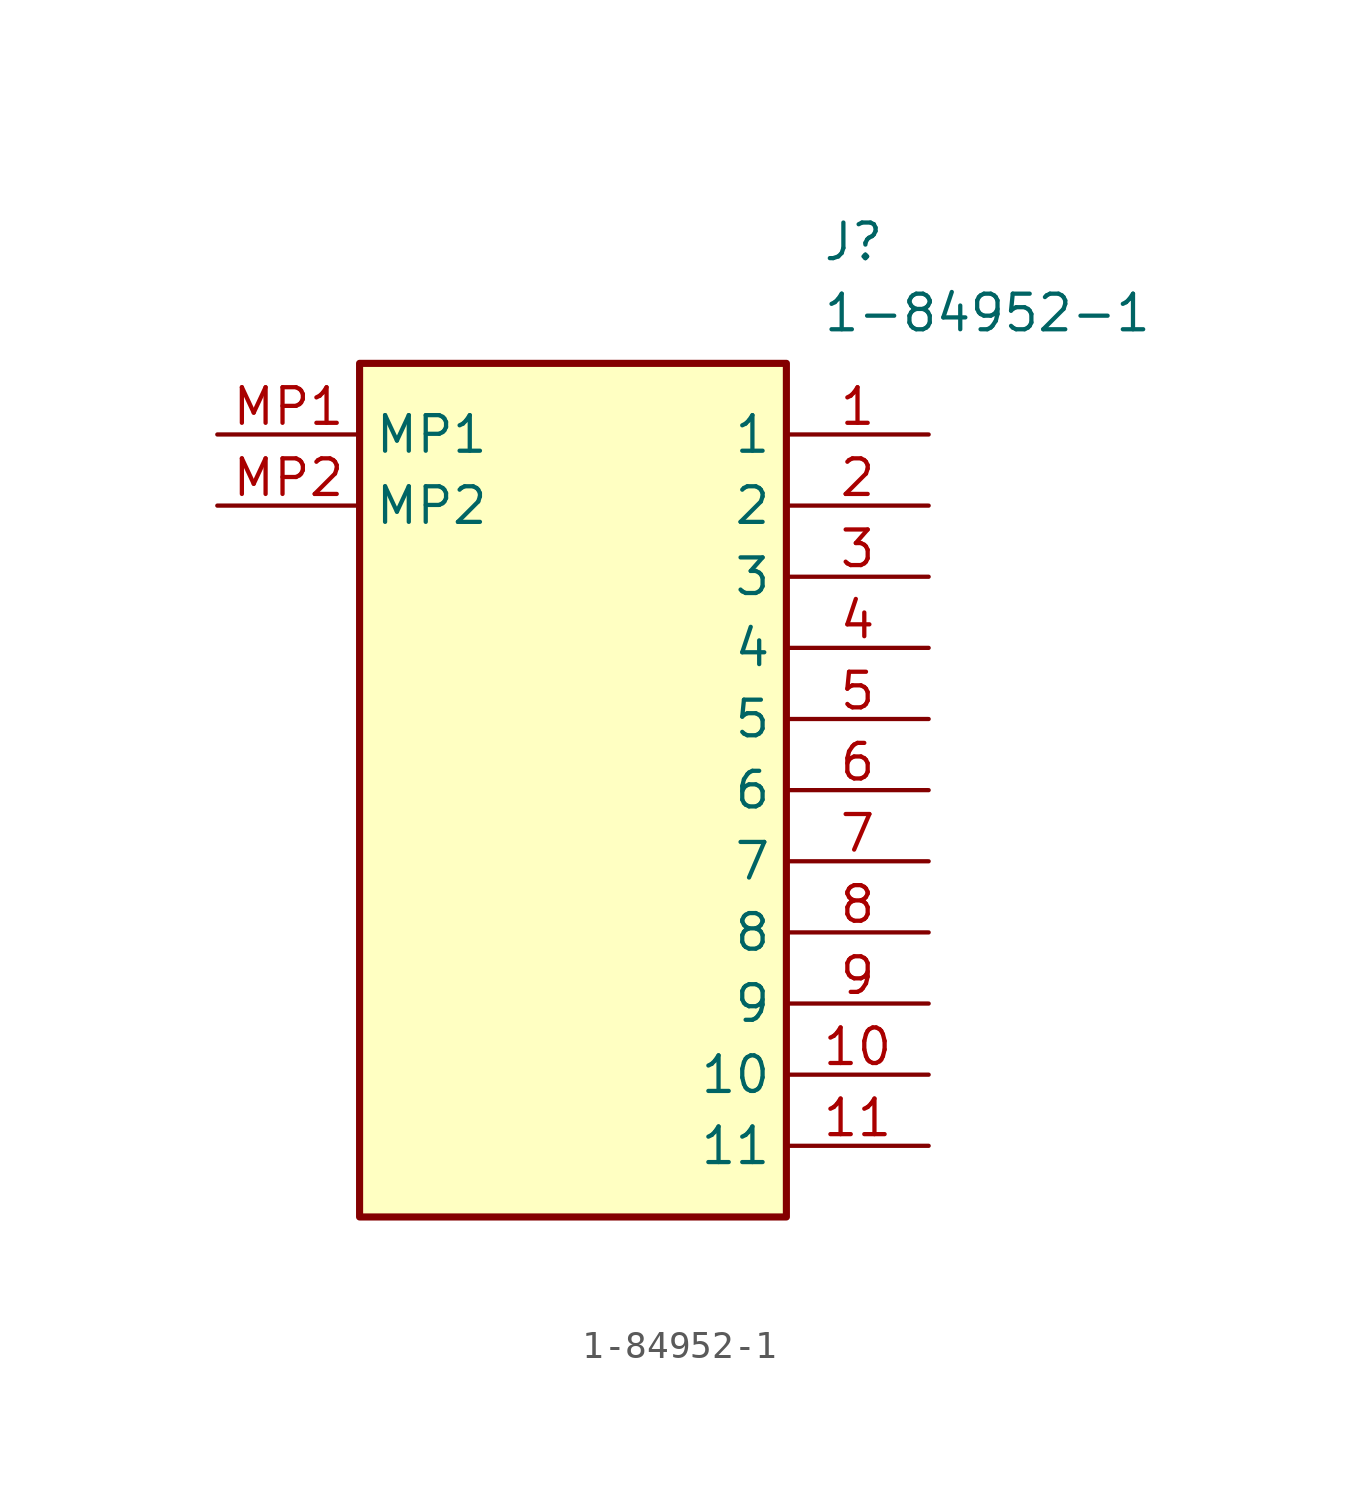
<source format=kicad_sym>
(kicad_symbol_lib
  (version 20211014)
  (generator SamacSys_ECAD_Model)
  (symbol "1-84952-1"
    (property "Reference" "J"
      (at 21.59 7.62 0)
      (effects (font (size 1.27 1.27)) (justify left top)))
    (property "Value" "1-84952-1"
      (at 21.59 5.08 0)
      (effects (font (size 1.27 1.27)) (justify left top)))
    (rectangle
      (start 5.08 2.54)
      (end 20.32 -27.94)
      (stroke (width 0.254) (type default))
      (fill (type background)))
    (pin passive line
      (at 25.4 0 180)
      (length 5.08)
      (name "1" (effects (font (size 1.27 1.27))))
      (number "1" (effects (font (size 1.27 1.27)))))
    (pin passive line
      (at 25.4 -2.54 180)
      (length 5.08)
      (name "2" (effects (font (size 1.27 1.27))))
      (number "2" (effects (font (size 1.27 1.27)))))
    (pin passive line
      (at 25.4 -5.08 180)
      (length 5.08)
      (name "3" (effects (font (size 1.27 1.27))))
      (number "3" (effects (font (size 1.27 1.27)))))
    (pin passive line
      (at 25.4 -7.62 180)
      (length 5.08)
      (name "4" (effects (font (size 1.27 1.27))))
      (number "4" (effects (font (size 1.27 1.27)))))
    (pin passive line
      (at 25.4 -10.16 180)
      (length 5.08)
      (name "5" (effects (font (size 1.27 1.27))))
      (number "5" (effects (font (size 1.27 1.27)))))
    (pin passive line
      (at 25.4 -12.7 180)
      (length 5.08)
      (name "6" (effects (font (size 1.27 1.27))))
      (number "6" (effects (font (size 1.27 1.27)))))
    (pin passive line
      (at 25.4 -15.24 180)
      (length 5.08)
      (name "7" (effects (font (size 1.27 1.27))))
      (number "7" (effects (font (size 1.27 1.27)))))
    (pin passive line
      (at 25.4 -17.78 180)
      (length 5.08)
      (name "8" (effects (font (size 1.27 1.27))))
      (number "8" (effects (font (size 1.27 1.27)))))
    (pin passive line
      (at 25.4 -20.32 180)
      (length 5.08)
      (name "9" (effects (font (size 1.27 1.27))))
      (number "9" (effects (font (size 1.27 1.27)))))
    (pin passive line
      (at 25.4 -22.86 180)
      (length 5.08)
      (name "10" (effects (font (size 1.27 1.27))))
      (number "10" (effects (font (size 1.27 1.27)))))
    (pin passive line
      (at 25.4 -25.4 180)
      (length 5.08)
      (name "11" (effects (font (size 1.27 1.27))))
      (number "11" (effects (font (size 1.27 1.27)))))
    (pin passive line
      (at 0 0 0)
      (length 5.08)
      (name "MP1" (effects (font (size 1.27 1.27))))
      (number "MP1" (effects (font (size 1.27 1.27)))))
    (pin passive line
      (at 0 -2.54 0)
      (length 5.08)
      (name "MP2" (effects (font (size 1.27 1.27))))
      (number "MP2" (effects (font (size 1.27 1.27)))))))
</source>
